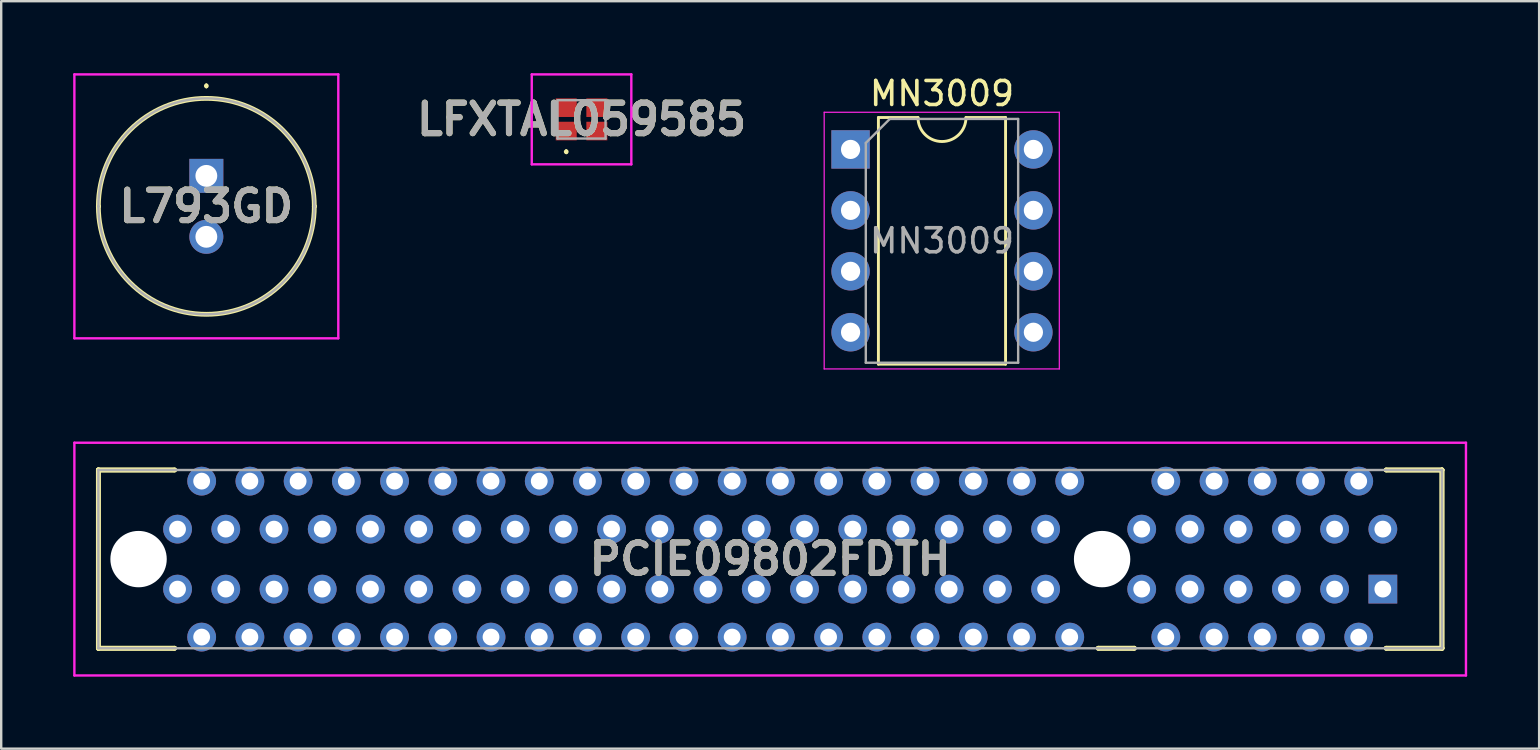
<source format=kicad_pcb>
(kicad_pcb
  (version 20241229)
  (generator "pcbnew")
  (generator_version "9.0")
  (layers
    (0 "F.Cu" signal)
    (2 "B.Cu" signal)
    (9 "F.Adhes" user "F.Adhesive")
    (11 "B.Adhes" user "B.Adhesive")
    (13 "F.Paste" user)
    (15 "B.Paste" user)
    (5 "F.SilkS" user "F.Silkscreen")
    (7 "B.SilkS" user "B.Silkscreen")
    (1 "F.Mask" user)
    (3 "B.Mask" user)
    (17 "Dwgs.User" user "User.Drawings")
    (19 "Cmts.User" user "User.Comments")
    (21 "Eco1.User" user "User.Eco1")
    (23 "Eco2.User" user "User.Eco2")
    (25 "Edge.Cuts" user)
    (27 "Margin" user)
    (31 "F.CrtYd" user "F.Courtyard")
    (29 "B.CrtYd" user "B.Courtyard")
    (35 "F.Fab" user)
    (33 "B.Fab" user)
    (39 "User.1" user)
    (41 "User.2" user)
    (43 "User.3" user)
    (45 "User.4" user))
  (footprint "PCIE09802FDTH"
    (layer "F.Cu")
    (at 54.585 21.503)
    (property "Reference" "PCIE09802FDTH" (at -25.535 -1.25 0) (layer "F.SilkS") (effects (font (size 1.27 1.27) (thickness 0.254))))
    (attr through_hole)
    (fp_line (start -53.535 -4.965) (end -53.535 -4.965) (stroke (width 0.2) (type solid)) (layer "F.SilkS"))
    (fp_line (start -53.535 -4.965) (end -53.535 -4.965) (stroke (width 0.2) (type solid)) (layer "F.SilkS"))
    (fp_line (start -53.535 -4.965) (end -53.535 2.465) (stroke (width 0.2) (type solid)) (layer "F.SilkS"))
    (fp_line (start -53.535 -4.965) (end -50.36 -4.965) (stroke (width 0.2) (type solid)) (layer "F.SilkS"))
    (fp_line (start -53.535 2.465) (end -53.535 -4.965) (stroke (width 0.2) (type solid)) (layer "F.SilkS"))
    (fp_line (start -53.535 2.465) (end -53.535 2.465) (stroke (width 0.2) (type solid)) (layer "F.SilkS"))
    (fp_line (start -53.535 2.465) (end -53.535 2.465) (stroke (width 0.2) (type solid)) (layer "F.SilkS"))
    (fp_line (start -53.535 2.465) (end -50.36 2.465) (stroke (width 0.2) (type solid)) (layer "F.SilkS"))
    (fp_line (start -50.36 -4.965) (end -53.535 -4.965) (stroke (width 0.2) (type solid)) (layer "F.SilkS"))
    (fp_line (start -50.36 -4.965) (end -50.36 -4.965) (stroke (width 0.2) (type solid)) (layer "F.SilkS"))
    (fp_line (start -50.36 2.465) (end -53.535 2.465) (stroke (width 0.2) (type solid)) (layer "F.SilkS"))
    (fp_line (start -50.36 2.465) (end -50.36 2.465) (stroke (width 0.2) (type solid)) (layer "F.SilkS"))
    (fp_line (start -11.86 2.465) (end -11.86 2.465) (stroke (width 0.2) (type solid)) (layer "F.SilkS"))
    (fp_line (start -11.86 2.465) (end -10.36 2.465) (stroke (width 0.2) (type solid)) (layer "F.SilkS"))
    (fp_line (start -10.36 2.465) (end -11.86 2.465) (stroke (width 0.2) (type solid)) (layer "F.SilkS"))
    (fp_line (start -10.36 2.465) (end -10.36 2.465) (stroke (width 0.2) (type solid)) (layer "F.SilkS"))
    (fp_line (start 0.14 -4.965) (end 0.14 -4.965) (stroke (width 0.2) (type solid)) (layer "F.SilkS"))
    (fp_line (start 0.14 -4.965) (end 2.465 -4.965) (stroke (width 0.2) (type solid)) (layer "F.SilkS"))
    (fp_line (start 0.14 2.465) (end 0.14 2.465) (stroke (width 0.2) (type solid)) (layer "F.SilkS"))
    (fp_line (start 0.14 2.465) (end 2.465 2.465) (stroke (width 0.2) (type solid)) (layer "F.SilkS"))
    (fp_line (start 2.465 -4.965) (end 0.14 -4.965) (stroke (width 0.2) (type solid)) (layer "F.SilkS"))
    (fp_line (start 2.465 -4.965) (end 2.465 -4.965) (stroke (width 0.2) (type solid)) (layer "F.SilkS"))
    (fp_line (start 2.465 -4.965) (end 2.465 -4.965) (stroke (width 0.2) (type solid)) (layer "F.SilkS"))
    (fp_line (start 2.465 -4.965) (end 2.465 2.465) (stroke (width 0.2) (type solid)) (layer "F.SilkS"))
    (fp_line (start 2.465 2.465) (end 0.14 2.465) (stroke (width 0.2) (type solid)) (layer "F.SilkS"))
    (fp_line (start 2.465 2.465) (end 2.465 -4.965) (stroke (width 0.2) (type solid)) (layer "F.SilkS"))
    (fp_line (start 2.465 2.465) (end 2.465 2.465) (stroke (width 0.2) (type solid)) (layer "F.SilkS"))
    (fp_line (start 2.465 2.465) (end 2.465 2.465) (stroke (width 0.2) (type solid)) (layer "F.SilkS"))
    (fp_line (start -54.535 -6.1) (end 3.465 -6.1) (stroke (width 0.1) (type solid)) (layer "F.CrtYd"))
    (fp_line (start -54.535 3.6) (end -54.535 -6.1) (stroke (width 0.1) (type solid)) (layer "F.CrtYd"))
    (fp_line (start 3.465 -6.1) (end 3.465 3.6) (stroke (width 0.1) (type solid)) (layer "F.CrtYd"))
    (fp_line (start 3.465 3.6) (end -54.535 3.6) (stroke (width 0.1) (type solid)) (layer "F.CrtYd"))
    (fp_line (start -53.535 -4.965) (end -53.535 2.465) (stroke (width 0.1) (type solid)) (layer "F.Fab"))
    (fp_line (start -53.535 2.465) (end 2.465 2.465) (stroke (width 0.1) (type solid)) (layer "F.Fab"))
    (fp_line (start 2.465 -4.965) (end -53.535 -4.965) (stroke (width 0.1) (type solid)) (layer "F.Fab"))
    (fp_line (start 2.465 2.465) (end 2.465 -4.965) (stroke (width 0.1) (type solid)) (layer "F.Fab"))
    (fp_text user "${REFERENCE}" (at -25.535 -1.25 0) (layer "F.Fab") (effects (font (size 1.27 1.27) (thickness 0.254))))
    (pad "" np_thru_hole circle (at -51.86 -1.25) (size 2.35 2.35) (drill 2.35) (layers "*.Cu" "*.Mask"))
    (pad "" np_thru_hole circle (at -11.7 -1.25) (size 2.35 2.35) (drill 2.35) (layers "*.Cu" "*.Mask"))
    (pad "A1" thru_hole rect (at 0 0) (size 1.2 1.2) (drill 0.7) (layers "*.Cu" "*.Mask"))
    (pad "A2" thru_hole circle (at -1.005 2) (size 1.2 1.2) (drill 0.7) (layers "*.Cu" "*.Mask"))
    (pad "A3" thru_hole circle (at -2.01 0) (size 1.2 1.2) (drill 0.7) (layers "*.Cu" "*.Mask"))
    (pad "A4" thru_hole circle (at -3.015 2) (size 1.2 1.2) (drill 0.7) (layers "*.Cu" "*.Mask"))
    (pad "A5" thru_hole circle (at -4.02 0) (size 1.2 1.2) (drill 0.7) (layers "*.Cu" "*.Mask"))
    (pad "A6" thru_hole circle (at -5.025 2) (size 1.2 1.2) (drill 0.7) (layers "*.Cu" "*.Mask"))
    (pad "A7" thru_hole circle (at -6.03 0) (size 1.2 1.2) (drill 0.7) (layers "*.Cu" "*.Mask"))
    (pad "A8" thru_hole circle (at -7.035 2) (size 1.2 1.2) (drill 0.7) (layers "*.Cu" "*.Mask"))
    (pad "A9" thru_hole circle (at -8.04 0) (size 1.2 1.2) (drill 0.7) (layers "*.Cu" "*.Mask"))
    (pad "A10" thru_hole circle (at -9.045 2) (size 1.2 1.2) (drill 0.7) (layers "*.Cu" "*.Mask"))
    (pad "A11" thru_hole circle (at -10.05 0) (size 1.2 1.2) (drill 0.7) (layers "*.Cu" "*.Mask"))
    (pad "A12" thru_hole circle (at -13.05 2) (size 1.2 1.2) (drill 0.7) (layers "*.Cu" "*.Mask"))
    (pad "A13" thru_hole circle (at -14.055 0) (size 1.2 1.2) (drill 0.7) (layers "*.Cu" "*.Mask"))
    (pad "A14" thru_hole circle (at -15.06 2) (size 1.2 1.2) (drill 0.7) (layers "*.Cu" "*.Mask"))
    (pad "A15" thru_hole circle (at -16.065 0) (size 1.2 1.2) (drill 0.7) (layers "*.Cu" "*.Mask"))
    (pad "A16" thru_hole circle (at -17.07 2) (size 1.2 1.2) (drill 0.7) (layers "*.Cu" "*.Mask"))
    (pad "A17" thru_hole circle (at -18.075 0) (size 1.2 1.2) (drill 0.7) (layers "*.Cu" "*.Mask"))
    (pad "A18" thru_hole circle (at -19.08 2) (size 1.2 1.2) (drill 0.7) (layers "*.Cu" "*.Mask"))
    (pad "A19" thru_hole circle (at -20.085 0) (size 1.2 1.2) (drill 0.7) (layers "*.Cu" "*.Mask"))
    (pad "A20" thru_hole circle (at -21.09 2) (size 1.2 1.2) (drill 0.7) (layers "*.Cu" "*.Mask"))
    (pad "A21" thru_hole circle (at -22.095 0) (size 1.2 1.2) (drill 0.7) (layers "*.Cu" "*.Mask"))
    (pad "A22" thru_hole circle (at -23.1 2) (size 1.2 1.2) (drill 0.7) (layers "*.Cu" "*.Mask"))
    (pad "A23" thru_hole circle (at -24.105 0) (size 1.2 1.2) (drill 0.7) (layers "*.Cu" "*.Mask"))
    (pad "A24" thru_hole circle (at -25.11 2) (size 1.2 1.2) (drill 0.7) (layers "*.Cu" "*.Mask"))
    (pad "A25" thru_hole circle (at -26.115 0) (size 1.2 1.2) (drill 0.7) (layers "*.Cu" "*.Mask"))
    (pad "A26" thru_hole circle (at -27.12 2) (size 1.2 1.2) (drill 0.7) (layers "*.Cu" "*.Mask"))
    (pad "A27" thru_hole circle (at -28.125 0) (size 1.2 1.2) (drill 0.7) (layers "*.Cu" "*.Mask"))
    (pad "A28" thru_hole circle (at -29.13 2) (size 1.2 1.2) (drill 0.7) (layers "*.Cu" "*.Mask"))
    (pad "A29" thru_hole circle (at -30.135 0) (size 1.2 1.2) (drill 0.7) (layers "*.Cu" "*.Mask"))
    (pad "A30" thru_hole circle (at -31.14 2) (size 1.2 1.2) (drill 0.7) (layers "*.Cu" "*.Mask"))
    (pad "A31" thru_hole circle (at -32.145 0) (size 1.2 1.2) (drill 0.7) (layers "*.Cu" "*.Mask"))
    (pad "A32" thru_hole circle (at -33.15 2) (size 1.2 1.2) (drill 0.7) (layers "*.Cu" "*.Mask"))
    (pad "A33" thru_hole circle (at -34.155 0) (size 1.2 1.2) (drill 0.7) (layers "*.Cu" "*.Mask"))
    (pad "A34" thru_hole circle (at -35.16 2) (size 1.2 1.2) (drill 0.7) (layers "*.Cu" "*.Mask"))
    (pad "A35" thru_hole circle (at -36.165 0) (size 1.2 1.2) (drill 0.7) (layers "*.Cu" "*.Mask"))
    (pad "A36" thru_hole circle (at -37.17 2) (size 1.2 1.2) (drill 0.7) (layers "*.Cu" "*.Mask"))
    (pad "A37" thru_hole circle (at -38.175 0) (size 1.2 1.2) (drill 0.7) (layers "*.Cu" "*.Mask"))
    (pad "A38" thru_hole circle (at -39.18 2) (size 1.2 1.2) (drill 0.7) (layers "*.Cu" "*.Mask"))
    (pad "A39" thru_hole circle (at -40.185 0) (size 1.2 1.2) (drill 0.7) (layers "*.Cu" "*.Mask"))
    (pad "A40" thru_hole circle (at -41.19 2) (size 1.2 1.2) (drill 0.7) (layers "*.Cu" "*.Mask"))
    (pad "A41" thru_hole circle (at -42.195 0) (size 1.2 1.2) (drill 0.7) (layers "*.Cu" "*.Mask"))
    (pad "A42" thru_hole circle (at -43.2 2) (size 1.2 1.2) (drill 0.7) (layers "*.Cu" "*.Mask"))
    (pad "A43" thru_hole circle (at -44.205 0) (size 1.2 1.2) (drill 0.7) (layers "*.Cu" "*.Mask"))
    (pad "A44" thru_hole circle (at -45.21 2) (size 1.2 1.2) (drill 0.7) (layers "*.Cu" "*.Mask"))
    (pad "A45" thru_hole circle (at -46.215 0) (size 1.2 1.2) (drill 0.7) (layers "*.Cu" "*.Mask"))
    (pad "A46" thru_hole circle (at -47.22 2) (size 1.2 1.2) (drill 0.7) (layers "*.Cu" "*.Mask"))
    (pad "A47" thru_hole circle (at -48.225 0) (size 1.2 1.2) (drill 0.7) (layers "*.Cu" "*.Mask"))
    (pad "A48" thru_hole circle (at -49.23 2) (size 1.2 1.2) (drill 0.7) (layers "*.Cu" "*.Mask"))
    (pad "A49" thru_hole circle (at -50.235 0) (size 1.2 1.2) (drill 0.7) (layers "*.Cu" "*.Mask"))
    (pad "B1" thru_hole circle (at 0 -2.5) (size 1.2 1.2) (drill 0.7) (layers "*.Cu" "*.Mask"))
    (pad "B2" thru_hole circle (at -1.005 -4.5) (size 1.2 1.2) (drill 0.7) (layers "*.Cu" "*.Mask"))
    (pad "B3" thru_hole circle (at -2.01 -2.5) (size 1.2 1.2) (drill 0.7) (layers "*.Cu" "*.Mask"))
    (pad "B4" thru_hole circle (at -3.015 -4.5) (size 1.2 1.2) (drill 0.7) (layers "*.Cu" "*.Mask"))
    (pad "B5" thru_hole circle (at -4.02 -2.5) (size 1.2 1.2) (drill 0.7) (layers "*.Cu" "*.Mask"))
    (pad "B6" thru_hole circle (at -5.025 -4.5) (size 1.2 1.2) (drill 0.7) (layers "*.Cu" "*.Mask"))
    (pad "B7" thru_hole circle (at -6.03 -2.5) (size 1.2 1.2) (drill 0.7) (layers "*.Cu" "*.Mask"))
    (pad "B8" thru_hole circle (at -7.035 -4.5) (size 1.2 1.2) (drill 0.7) (layers "*.Cu" "*.Mask"))
    (pad "B9" thru_hole circle (at -8.04 -2.5) (size 1.2 1.2) (drill 0.7) (layers "*.Cu" "*.Mask"))
    (pad "B10" thru_hole circle (at -9.045 -4.5) (size 1.2 1.2) (drill 0.7) (layers "*.Cu" "*.Mask"))
    (pad "B11" thru_hole circle (at -10.05 -2.5) (size 1.2 1.2) (drill 0.7) (layers "*.Cu" "*.Mask"))
    (pad "B12" thru_hole circle (at -13.05 -4.5) (size 1.2 1.2) (drill 0.7) (layers "*.Cu" "*.Mask"))
    (pad "B13" thru_hole circle (at -14.055 -2.5) (size 1.2 1.2) (drill 0.7) (layers "*.Cu" "*.Mask"))
    (pad "B14" thru_hole circle (at -15.06 -4.5) (size 1.2 1.2) (drill 0.7) (layers "*.Cu" "*.Mask"))
    (pad "B15" thru_hole circle (at -16.065 -2.5) (size 1.2 1.2) (drill 0.7) (layers "*.Cu" "*.Mask"))
    (pad "B16" thru_hole circle (at -17.07 -4.5) (size 1.2 1.2) (drill 0.7) (layers "*.Cu" "*.Mask"))
    (pad "B17" thru_hole circle (at -18.075 -2.5) (size 1.2 1.2) (drill 0.7) (layers "*.Cu" "*.Mask"))
    (pad "B18" thru_hole circle (at -19.08 -4.5) (size 1.2 1.2) (drill 0.7) (layers "*.Cu" "*.Mask"))
    (pad "B19" thru_hole circle (at -20.085 -2.5) (size 1.2 1.2) (drill 0.7) (layers "*.Cu" "*.Mask"))
    (pad "B20" thru_hole circle (at -21.09 -4.5) (size 1.2 1.2) (drill 0.7) (layers "*.Cu" "*.Mask"))
    (pad "B21" thru_hole circle (at -22.095 -2.5) (size 1.2 1.2) (drill 0.7) (layers "*.Cu" "*.Mask"))
    (pad "B22" thru_hole circle (at -23.1 -4.5) (size 1.2 1.2) (drill 0.7) (layers "*.Cu" "*.Mask"))
    (pad "B23" thru_hole circle (at -24.105 -2.5) (size 1.2 1.2) (drill 0.7) (layers "*.Cu" "*.Mask"))
    (pad "B24" thru_hole circle (at -25.11 -4.5) (size 1.2 1.2) (drill 0.7) (layers "*.Cu" "*.Mask"))
    (pad "B25" thru_hole circle (at -26.115 -2.5) (size 1.2 1.2) (drill 0.7) (layers "*.Cu" "*.Mask"))
    (pad "B26" thru_hole circle (at -27.12 -4.5) (size 1.2 1.2) (drill 0.7) (layers "*.Cu" "*.Mask"))
    (pad "B27" thru_hole circle (at -28.125 -2.5) (size 1.2 1.2) (drill 0.7) (layers "*.Cu" "*.Mask"))
    (pad "B28" thru_hole circle (at -29.13 -4.5) (size 1.2 1.2) (drill 0.7) (layers "*.Cu" "*.Mask"))
    (pad "B29" thru_hole circle (at -30.135 -2.5) (size 1.2 1.2) (drill 0.7) (layers "*.Cu" "*.Mask"))
    (pad "B30" thru_hole circle (at -31.14 -4.5) (size 1.2 1.2) (drill 0.7) (layers "*.Cu" "*.Mask"))
    (pad "B31" thru_hole circle (at -32.145 -2.5) (size 1.2 1.2) (drill 0.7) (layers "*.Cu" "*.Mask"))
    (pad "B32" thru_hole circle (at -33.15 -4.5) (size 1.2 1.2) (drill 0.7) (layers "*.Cu" "*.Mask"))
    (pad "B33" thru_hole circle (at -34.155 -2.5) (size 1.2 1.2) (drill 0.7) (layers "*.Cu" "*.Mask"))
    (pad "B34" thru_hole circle (at -35.16 -4.5) (size 1.2 1.2) (drill 0.7) (layers "*.Cu" "*.Mask"))
    (pad "B35" thru_hole circle (at -36.165 -2.5) (size 1.2 1.2) (drill 0.7) (layers "*.Cu" "*.Mask"))
    (pad "B36" thru_hole circle (at -37.17 -4.5) (size 1.2 1.2) (drill 0.7) (layers "*.Cu" "*.Mask"))
    (pad "B37" thru_hole circle (at -38.175 -2.5) (size 1.2 1.2) (drill 0.7) (layers "*.Cu" "*.Mask"))
    (pad "B38" thru_hole circle (at -39.18 -4.5) (size 1.2 1.2) (drill 0.7) (layers "*.Cu" "*.Mask"))
    (pad "B39" thru_hole circle (at -40.185 -2.5) (size 1.2 1.2) (drill 0.7) (layers "*.Cu" "*.Mask"))
    (pad "B40" thru_hole circle (at -41.19 -4.5) (size 1.2 1.2) (drill 0.7) (layers "*.Cu" "*.Mask"))
    (pad "B41" thru_hole circle (at -42.195 -2.5) (size 1.2 1.2) (drill 0.7) (layers "*.Cu" "*.Mask"))
    (pad "B42" thru_hole circle (at -43.2 -4.5) (size 1.2 1.2) (drill 0.7) (layers "*.Cu" "*.Mask"))
    (pad "B43" thru_hole circle (at -44.205 -2.5) (size 1.2 1.2) (drill 0.7) (layers "*.Cu" "*.Mask"))
    (pad "B44" thru_hole circle (at -45.21 -4.5) (size 1.2 1.2) (drill 0.7) (layers "*.Cu" "*.Mask"))
    (pad "B45" thru_hole circle (at -46.215 -2.5) (size 1.2 1.2) (drill 0.7) (layers "*.Cu" "*.Mask"))
    (pad "B46" thru_hole circle (at -47.22 -4.5) (size 1.2 1.2) (drill 0.7) (layers "*.Cu" "*.Mask"))
    (pad "B47" thru_hole circle (at -48.225 -2.5) (size 1.2 1.2) (drill 0.7) (layers "*.Cu" "*.Mask"))
    (pad "B48" thru_hole circle (at -49.23 -4.5) (size 1.2 1.2) (drill 0.7) (layers "*.Cu" "*.Mask"))
    (pad "B49" thru_hole circle (at -50.235 -2.5) (size 1.2 1.2) (drill 0.7) (layers "*.Cu" "*.Mask")))
  (footprint "MN3009"
    (layer "F.Cu")
    (at 32.401 3.178)
    (property "Reference" "MN3009" (at 3.81 -2.33 0) (layer "F.SilkS") (effects (font (size 1 1) (thickness 0.15))))
    (attr through_hole)
    (fp_line (start 1.16 -1.33) (end 1.16 8.95) (stroke (width 0.12) (type solid)) (layer "F.SilkS"))
    (fp_line (start 1.16 8.95) (end 6.46 8.95) (stroke (width 0.12) (type solid)) (layer "F.SilkS"))
    (fp_line (start 2.81 -1.33) (end 1.16 -1.33) (stroke (width 0.12) (type solid)) (layer "F.SilkS"))
    (fp_line (start 6.46 -1.33) (end 4.81 -1.33) (stroke (width 0.12) (type solid)) (layer "F.SilkS"))
    (fp_line (start 6.46 8.95) (end 6.46 -1.33) (stroke (width 0.12) (type solid)) (layer "F.SilkS"))
    (fp_arc (start 4.81 -1.33) (mid 3.81 -0.33) (end 2.81 -1.33) (stroke (width 0.12) (type solid)) (layer "F.SilkS"))
    (fp_line (start -1.1 -1.55) (end -1.1 9.15) (stroke (width 0.05) (type solid)) (layer "F.CrtYd"))
    (fp_line (start -1.1 9.15) (end 8.7 9.15) (stroke (width 0.05) (type solid)) (layer "F.CrtYd"))
    (fp_line (start 8.7 -1.55) (end -1.1 -1.55) (stroke (width 0.05) (type solid)) (layer "F.CrtYd"))
    (fp_line (start 8.7 9.15) (end 8.7 -1.55) (stroke (width 0.05) (type solid)) (layer "F.CrtYd"))
    (fp_line (start 0.635 -0.27) (end 1.635 -1.27) (stroke (width 0.1) (type solid)) (layer "F.Fab"))
    (fp_line (start 0.635 8.89) (end 0.635 -0.27) (stroke (width 0.1) (type solid)) (layer "F.Fab"))
    (fp_line (start 1.635 -1.27) (end 6.985 -1.27) (stroke (width 0.1) (type solid)) (layer "F.Fab"))
    (fp_line (start 6.985 -1.27) (end 6.985 8.89) (stroke (width 0.1) (type solid)) (layer "F.Fab"))
    (fp_line (start 6.985 8.89) (end 0.635 8.89) (stroke (width 0.1) (type solid)) (layer "F.Fab"))
    (fp_text user "${REFERENCE}" (at 3.81 3.81 0) (layer "F.Fab") (effects (font (size 1 1) (thickness 0.15))))
    (pad "1" thru_hole rect (at 0 0) (size 1.6 1.6) (drill 0.8) (layers "*.Cu" "*.Mask"))
    (pad "2" thru_hole oval (at 0 2.54) (size 1.6 1.6) (drill 0.8) (layers "*.Cu" "*.Mask"))
    (pad "3" thru_hole oval (at 0 5.08) (size 1.6 1.6) (drill 0.8) (layers "*.Cu" "*.Mask"))
    (pad "4" thru_hole oval (at 0 7.62) (size 1.6 1.6) (drill 0.8) (layers "*.Cu" "*.Mask"))
    (pad "5" thru_hole oval (at 7.62 7.62) (size 1.6 1.6) (drill 0.8) (layers "*.Cu" "*.Mask"))
    (pad "6" thru_hole oval (at 7.62 5.08) (size 1.6 1.6) (drill 0.8) (layers "*.Cu" "*.Mask"))
    (pad "7" thru_hole oval (at 7.62 2.54) (size 1.6 1.6) (drill 0.8) (layers "*.Cu" "*.Mask"))
    (pad "8" thru_hole oval (at 7.62 0) (size 1.6 1.6) (drill 0.8) (layers "*.Cu" "*.Mask")))
  (footprint "LFXTAL059585"
    (layer "F.Cu")
    (at 21.188 1.925)
    (property "Reference" "LFXTAL059585" (at 0 0 0) (layer "F.SilkS") (effects (font (size 1.27 1.27) (thickness 0.254))))
    (attr smd)
    (fp_line (start -0.638 1.3) (end -0.638 1.3) (stroke (width 0.1) (type solid)) (layer "F.SilkS"))
    (fp_line (start -0.638 1.4) (end -0.638 1.4) (stroke (width 0.1) (type solid)) (layer "F.SilkS"))
    (fp_arc (start -0.638 1.3) (mid -0.588 1.35) (end -0.638 1.4) (stroke (width 0.1) (type solid)) (layer "F.SilkS"))
    (fp_arc (start -0.638 1.4) (mid -0.688 1.35) (end -0.638 1.3) (stroke (width 0.1) (type solid)) (layer "F.SilkS"))
    (fp_line (start -2.075 -1.875) (end 2.075 -1.875) (stroke (width 0.1) (type solid)) (layer "F.CrtYd"))
    (fp_line (start -2.075 1.875) (end -2.075 -1.875) (stroke (width 0.1) (type solid)) (layer "F.CrtYd"))
    (fp_line (start 2.075 -1.875) (end 2.075 1.875) (stroke (width 0.1) (type solid)) (layer "F.CrtYd"))
    (fp_line (start 2.075 1.875) (end -2.075 1.875) (stroke (width 0.1) (type solid)) (layer "F.CrtYd"))
    (fp_line (start -1 -0.8) (end 1 -0.8) (stroke (width 0.1) (type solid)) (layer "F.Fab"))
    (fp_line (start -1 0.8) (end -1 -0.8) (stroke (width 0.1) (type solid)) (layer "F.Fab"))
    (fp_line (start 1 -0.8) (end 1 0.8) (stroke (width 0.1) (type solid)) (layer "F.Fab"))
    (fp_line (start 1 0.8) (end -1 0.8) (stroke (width 0.1) (type solid)) (layer "F.Fab"))
    (fp_text user "${REFERENCE}" (at 0 0 0) (layer "F.Fab") (effects (font (size 1.27 1.27) (thickness 0.254))))
    (pad "1" smd rect (at -0.638 0.487 90) (size 0.775 0.875) (layers "F.Cu" "F.Mask" "F.Paste"))
    (pad "2" smd rect (at 0.638 0.487 90) (size 0.775 0.875) (layers "F.Cu" "F.Mask" "F.Paste"))
    (pad "3" smd rect (at 0.638 -0.487 90) (size 0.775 0.875) (layers "F.Cu" "F.Mask" "F.Paste"))
    (pad "4" smd rect (at -0.638 -0.487 90) (size 0.775 0.875) (layers "F.Cu" "F.Mask" "F.Paste")))
  (footprint "L793GD"
    (layer "F.Cu")
    (at 5.55 4.28)
    (property "Reference" "L793GD" (at 0 1.27 0) (layer "F.SilkS") (effects (font (size 1.27 1.27) (thickness 0.254))))
    (attr through_hole)
    (fp_line (start -4.5 1.27) (end -4.5 1.27) (stroke (width 0.2) (type solid)) (layer "F.SilkS"))
    (fp_line (start 0 -3.8) (end 0 -3.8) (stroke (width 0.1) (type solid)) (layer "F.SilkS"))
    (fp_line (start 0 -3.7) (end 0 -3.7) (stroke (width 0.1) (type solid)) (layer "F.SilkS"))
    (fp_line (start 4.5 1.27) (end 4.5 1.27) (stroke (width 0.2) (type solid)) (layer "F.SilkS"))
    (fp_arc (start -4.5 1.27) (mid 0 -3.23) (end 4.5 1.27) (stroke (width 0.2) (type solid)) (layer "F.SilkS"))
    (fp_arc (start 0 -3.8) (mid 0.05 -3.75) (end 0 -3.7) (stroke (width 0.1) (type solid)) (layer "F.SilkS"))
    (fp_arc (start 0 -3.7) (mid -0.05 -3.75) (end 0 -3.8) (stroke (width 0.1) (type solid)) (layer "F.SilkS"))
    (fp_arc (start 4.5 1.27) (mid 0 5.77) (end -4.5 1.27) (stroke (width 0.2) (type solid)) (layer "F.SilkS"))
    (fp_line (start -5.5 -4.23) (end 5.5 -4.23) (stroke (width 0.1) (type solid)) (layer "F.CrtYd"))
    (fp_line (start -5.5 6.77) (end -5.5 -4.23) (stroke (width 0.1) (type solid)) (layer "F.CrtYd"))
    (fp_line (start 5.5 -4.23) (end 5.5 6.77) (stroke (width 0.1) (type solid)) (layer "F.CrtYd"))
    (fp_line (start 5.5 6.77) (end -5.5 6.77) (stroke (width 0.1) (type solid)) (layer "F.CrtYd"))
    (fp_line (start -4.5 1.27) (end -4.5 1.27) (stroke (width 0.1) (type solid)) (layer "F.Fab"))
    (fp_line (start 4.5 1.27) (end 4.5 1.27) (stroke (width 0.1) (type solid)) (layer "F.Fab"))
    (fp_arc (start -4.5 1.27) (mid 0 -3.23) (end 4.5 1.27) (stroke (width 0.1) (type solid)) (layer "F.Fab"))
    (fp_arc (start 4.5 1.27) (mid 0 5.77) (end -4.5 1.27) (stroke (width 0.1) (type solid)) (layer "F.Fab"))
    (fp_text user "${REFERENCE}" (at 0 1.27 0) (layer "F.Fab") (effects (font (size 1.27 1.27) (thickness 0.254))))
    (pad "1" thru_hole rect (at 0 0) (size 1.416 1.416) (drill 0.91) (layers "*.Cu" "*.Mask"))
    (pad "2" thru_hole circle (at 0 2.54) (size 1.416 1.416) (drill 0.91) (layers "*.Cu" "*.Mask")))
  (gr_rect
    (start -3 -3)
    (end 61.1 28.153)
    (stroke (width 0.1) (type default))
    (fill no)
    (layer "Edge.Cuts")))
</source>
